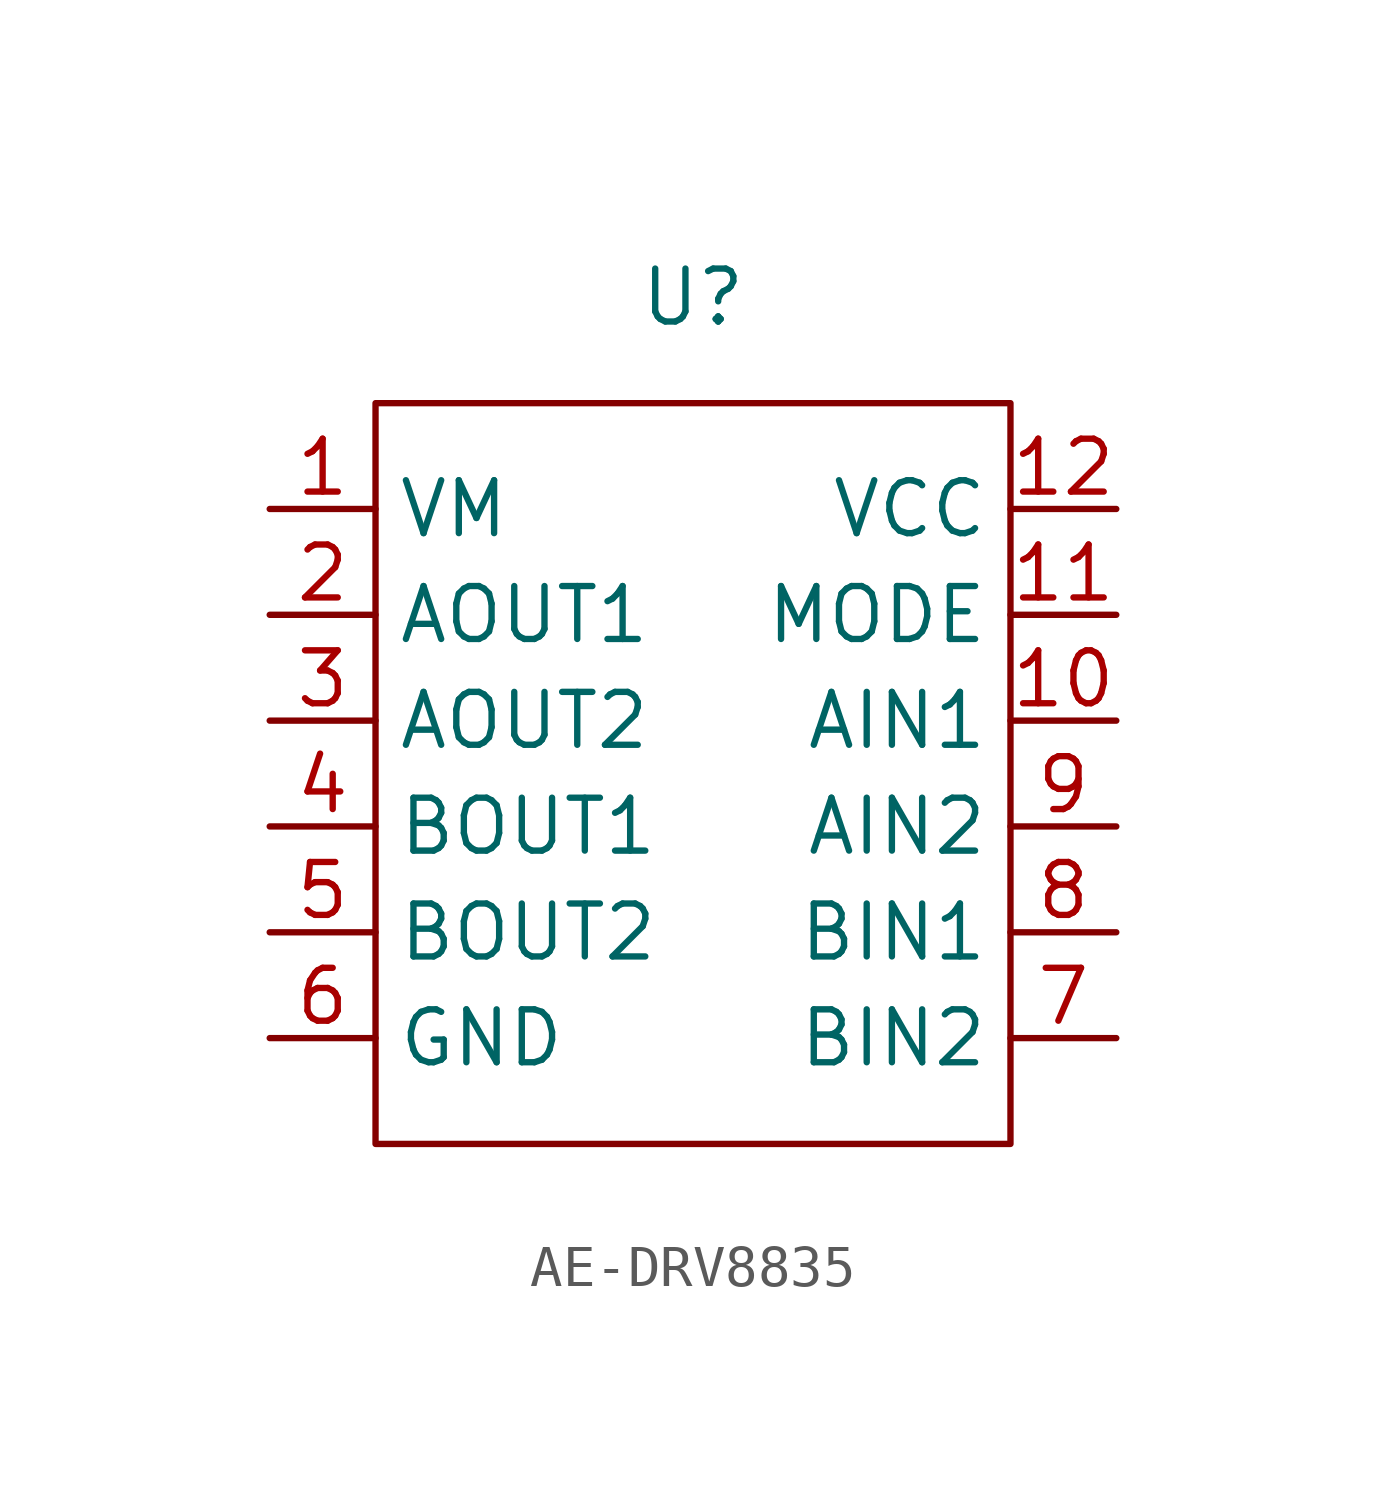
<source format=kicad_sym>
(kicad_symbol_lib
  (version 20220914)
  (generator kicad_symbol_editor)
  (symbol "AE-DRV8835"
    (property "Reference" "U"
      (at 0 2.54 0)
      (effects (font (size 1.27 1.27))))
    (property "Value" ""
      (at 0 2.54 0)
      (effects (font (size 1.27 1.27))))
    (symbol "AE-DRV8835_0_1"
      (rectangle (start -7.62 0) (end 7.62 -17.78) (stroke (width 0) (type default)) (fill (type none))))
    (symbol "AE-DRV8835_1_1"
      (pin power_in line (at -10.16 -2.54 0) (length 2.54) (name "VM" (effects (font (size 1.27 1.27)))) (number "1" (effects (font (size 1.27 1.27)))))
      (pin input line (at 10.16 -7.62 180) (length 2.54) (name "AIN1" (effects (font (size 1.27 1.27)))) (number "10" (effects (font (size 1.27 1.27)))))
      (pin input line (at 10.16 -5.08 180) (length 2.54) (name "MODE" (effects (font (size 1.27 1.27)))) (number "11" (effects (font (size 1.27 1.27)))))
      (pin power_in line (at 10.16 -2.54 180) (length 2.54) (name "VCC" (effects (font (size 1.27 1.27)))) (number "12" (effects (font (size 1.27 1.27)))))
      (pin output line (at -10.16 -5.08 0) (length 2.54) (name "AOUT1" (effects (font (size 1.27 1.27)))) (number "2" (effects (font (size 1.27 1.27)))))
      (pin output line (at -10.16 -7.62 0) (length 2.54) (name "AOUT2" (effects (font (size 1.27 1.27)))) (number "3" (effects (font (size 1.27 1.27)))))
      (pin output line (at -10.16 -10.16 0) (length 2.54) (name "BOUT1" (effects (font (size 1.27 1.27)))) (number "4" (effects (font (size 1.27 1.27)))))
      (pin output line (at -10.16 -12.7 0) (length 2.54) (name "BOUT2" (effects (font (size 1.27 1.27)))) (number "5" (effects (font (size 1.27 1.27)))))
      (pin power_in line (at -10.16 -15.24 0) (length 2.54) (name "GND" (effects (font (size 1.27 1.27)))) (number "6" (effects (font (size 1.27 1.27)))))
      (pin input line (at 10.16 -15.24 180) (length 2.54) (name "BIN2" (effects (font (size 1.27 1.27)))) (number "7" (effects (font (size 1.27 1.27)))))
      (pin input line (at 10.16 -12.7 180) (length 2.54) (name "BIN1" (effects (font (size 1.27 1.27)))) (number "8" (effects (font (size 1.27 1.27)))))
      (pin input line (at 10.16 -10.16 180) (length 2.54) (name "AIN2" (effects (font (size 1.27 1.27)))) (number "9" (effects (font (size 1.27 1.27))))))))
</source>
